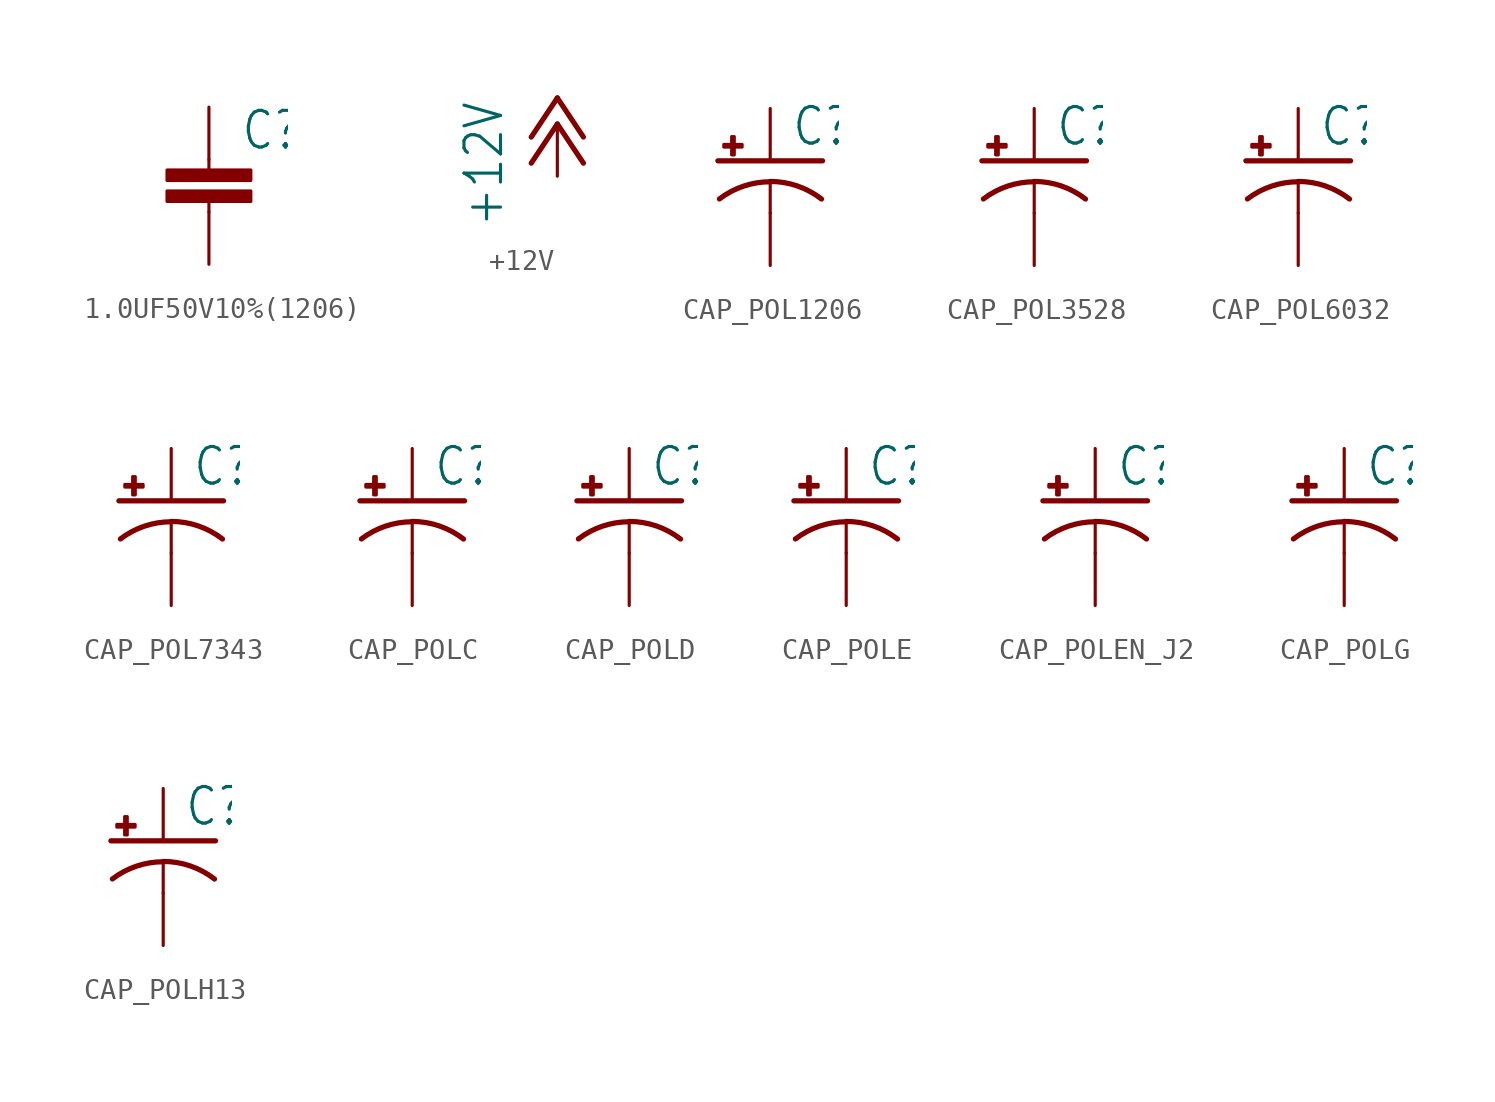
<source format=kicad_sym>
(kicad_symbol_lib
  (version 20220914)
  (generator kicad_symbol_editor)
  (symbol "1.0UF50V10%(1206)"
    (property "Reference" "C"
      (at 1.524 2.921 0)
      (effects (font (size 1.778 1.511)) (justify left bottom)))
    (property "Value" ""
      (at 1.524 -2.159 0)
      (effects (font (size 1.778 1.511)) (justify left bottom)))
    (property "ki_locked" ""
      (at 0 0 0)
      (effects (font (size 1.27 1.27))))
    (symbol "1.0UF50V10%(1206)_1_0"
      (rectangle (start -2.032 0.508) (end 2.032 1.016) (stroke (width 0) (type default)) (fill (type outline)))
      (rectangle (start -2.032 1.524) (end 2.032 2.032) (stroke (width 0) (type default)) (fill (type outline)))
      (polyline (pts (xy 0 0) (xy 0 0.508)) (stroke (width 0.152) (type solid)) (fill (type none)))
      (polyline (pts (xy 0 2.54) (xy 0 2.032)) (stroke (width 0.152) (type solid)) (fill (type none)))
      (pin passive line (at 0 5.08 270) (length 2.54) (name "1" (effects (font (size 0 0)))) (number "1" (effects (font (size 0 0)))))
      (pin passive line (at 0 -2.54 90) (length 2.54) (name "2" (effects (font (size 0 0)))) (number "2" (effects (font (size 0 0)))))))
  (symbol "+12V"
    (power)
    (property "Reference" "#P+"
      (at 0 0 0)
      (effects (font (size 1.27 1.27)) hide))
    (property "Value" "+12V"
      (at -2.54 -5.08 90)
      (effects (font (size 1.778 1.511)) (justify left bottom)))
    (property "ki_locked" ""
      (at 0 0 0)
      (effects (font (size 1.27 1.27))))
    (symbol "+12V_1_0"
      (polyline (pts (xy 0 0) (xy -1.27 -1.905)) (stroke (width 0.254) (type solid)) (fill (type none)))
      (polyline (pts (xy 0 1.27) (xy -1.27 -0.635)) (stroke (width 0.254) (type solid)) (fill (type none)))
      (polyline (pts (xy 1.27 -1.905) (xy 0 0)) (stroke (width 0.254) (type solid)) (fill (type none)))
      (polyline (pts (xy 1.27 -0.635) (xy 0 1.27)) (stroke (width 0.254) (type solid)) (fill (type none)))
      (pin power_in line (at 0 -2.54 90) (length 2.54) (name "+12V" (effects (font (size 0 0)))) (number "1" (effects (font (size 0 0)))))))
  (symbol "CAP_POL1206"
    (property "Reference" "C"
      (at 1.016 0.635 0)
      (effects (font (size 1.778 1.511)) (justify left bottom)))
    (property "Value" ""
      (at 1.016 -4.191 0)
      (effects (font (size 1.778 1.511)) (justify left bottom)))
    (property "ki_locked" ""
      (at 0 0 0)
      (effects (font (size 1.27 1.27))))
    (symbol "CAP_POL1206_1_0"
      (rectangle (start -2.253 0.668) (end -1.364 0.795) (stroke (width 0) (type default)) (fill (type outline)))
      (rectangle (start -1.872 0.287) (end -1.745 1.176) (stroke (width 0) (type default)) (fill (type outline)))
      (arc (start 0 -1.0161) (mid -1.3021 -1.2303) (end -2.4669 -1.8504) (stroke (width 0.254) (type solid)) (fill (type none)))
      (polyline (pts (xy -2.54 0) (xy 2.54 0)) (stroke (width 0.254) (type solid)) (fill (type none)))
      (polyline (pts (xy 0 -1.016) (xy 0 -2.54)) (stroke (width 0.152) (type solid)) (fill (type none)))
      (arc (start 2.4892 -1.8541) (mid 1.3158 -1.2194) (end 0 -1) (stroke (width 0.254) (type solid)) (fill (type none)))
      (pin passive line (at 0 2.54 270) (length 2.54) (name "+" (effects (font (size 0 0)))) (number "A" (effects (font (size 0 0)))))
      (pin passive line (at 0 -5.08 90) (length 2.54) (name "-" (effects (font (size 0 0)))) (number "C" (effects (font (size 0 0)))))))
  (symbol "CAP_POL3528"
    (property "Reference" "C"
      (at 1.016 0.635 0)
      (effects (font (size 1.778 1.511)) (justify left bottom)))
    (property "Value" ""
      (at 1.016 -4.191 0)
      (effects (font (size 1.778 1.511)) (justify left bottom)))
    (property "ki_locked" ""
      (at 0 0 0)
      (effects (font (size 1.27 1.27))))
    (symbol "CAP_POL3528_1_0"
      (rectangle (start -2.253 0.668) (end -1.364 0.795) (stroke (width 0) (type default)) (fill (type outline)))
      (rectangle (start -1.872 0.287) (end -1.745 1.176) (stroke (width 0) (type default)) (fill (type outline)))
      (arc (start 0 -1.0161) (mid -1.3021 -1.2303) (end -2.4669 -1.8504) (stroke (width 0.254) (type solid)) (fill (type none)))
      (polyline (pts (xy -2.54 0) (xy 2.54 0)) (stroke (width 0.254) (type solid)) (fill (type none)))
      (polyline (pts (xy 0 -1.016) (xy 0 -2.54)) (stroke (width 0.152) (type solid)) (fill (type none)))
      (arc (start 2.4892 -1.8541) (mid 1.3158 -1.2194) (end 0 -1) (stroke (width 0.254) (type solid)) (fill (type none)))
      (pin passive line (at 0 2.54 270) (length 2.54) (name "+" (effects (font (size 0 0)))) (number "A" (effects (font (size 0 0)))))
      (pin passive line (at 0 -5.08 90) (length 2.54) (name "-" (effects (font (size 0 0)))) (number "C" (effects (font (size 0 0)))))))
  (symbol "CAP_POL6032"
    (property "Reference" "C"
      (at 1.016 0.635 0)
      (effects (font (size 1.778 1.511)) (justify left bottom)))
    (property "Value" ""
      (at 1.016 -4.191 0)
      (effects (font (size 1.778 1.511)) (justify left bottom)))
    (property "ki_locked" ""
      (at 0 0 0)
      (effects (font (size 1.27 1.27))))
    (symbol "CAP_POL6032_1_0"
      (rectangle (start -2.253 0.668) (end -1.364 0.795) (stroke (width 0) (type default)) (fill (type outline)))
      (rectangle (start -1.872 0.287) (end -1.745 1.176) (stroke (width 0) (type default)) (fill (type outline)))
      (arc (start 0 -1.0161) (mid -1.3021 -1.2303) (end -2.4669 -1.8504) (stroke (width 0.254) (type solid)) (fill (type none)))
      (polyline (pts (xy -2.54 0) (xy 2.54 0)) (stroke (width 0.254) (type solid)) (fill (type none)))
      (polyline (pts (xy 0 -1.016) (xy 0 -2.54)) (stroke (width 0.152) (type solid)) (fill (type none)))
      (arc (start 2.4892 -1.8541) (mid 1.3158 -1.2194) (end 0 -1) (stroke (width 0.254) (type solid)) (fill (type none)))
      (pin passive line (at 0 2.54 270) (length 2.54) (name "+" (effects (font (size 0 0)))) (number "P$1" (effects (font (size 0 0)))))
      (pin passive line (at 0 -5.08 90) (length 2.54) (name "-" (effects (font (size 0 0)))) (number "P$2" (effects (font (size 0 0)))))))
  (symbol "CAP_POL7343"
    (property "Reference" "C"
      (at 1.016 0.635 0)
      (effects (font (size 1.778 1.511)) (justify left bottom)))
    (property "Value" ""
      (at 1.016 -4.191 0)
      (effects (font (size 1.778 1.511)) (justify left bottom)))
    (property "ki_locked" ""
      (at 0 0 0)
      (effects (font (size 1.27 1.27))))
    (symbol "CAP_POL7343_1_0"
      (rectangle (start -2.253 0.668) (end -1.364 0.795) (stroke (width 0) (type default)) (fill (type outline)))
      (rectangle (start -1.872 0.287) (end -1.745 1.176) (stroke (width 0) (type default)) (fill (type outline)))
      (arc (start 0 -1.0161) (mid -1.3021 -1.2303) (end -2.4669 -1.8504) (stroke (width 0.254) (type solid)) (fill (type none)))
      (polyline (pts (xy -2.54 0) (xy 2.54 0)) (stroke (width 0.254) (type solid)) (fill (type none)))
      (polyline (pts (xy 0 -1.016) (xy 0 -2.54)) (stroke (width 0.152) (type solid)) (fill (type none)))
      (arc (start 2.4892 -1.8541) (mid 1.3158 -1.2194) (end 0 -1) (stroke (width 0.254) (type solid)) (fill (type none)))
      (pin passive line (at 0 2.54 270) (length 2.54) (name "+" (effects (font (size 0 0)))) (number "A" (effects (font (size 0 0)))))
      (pin passive line (at 0 -5.08 90) (length 2.54) (name "-" (effects (font (size 0 0)))) (number "C" (effects (font (size 0 0)))))))
  (symbol "CAP_POLC"
    (property "Reference" "C"
      (at 1.016 0.635 0)
      (effects (font (size 1.778 1.511)) (justify left bottom)))
    (property "Value" ""
      (at 1.016 -4.191 0)
      (effects (font (size 1.778 1.511)) (justify left bottom)))
    (property "ki_locked" ""
      (at 0 0 0)
      (effects (font (size 1.27 1.27))))
    (symbol "CAP_POLC_1_0"
      (rectangle (start -2.253 0.668) (end -1.364 0.795) (stroke (width 0) (type default)) (fill (type outline)))
      (rectangle (start -1.872 0.287) (end -1.745 1.176) (stroke (width 0) (type default)) (fill (type outline)))
      (arc (start 0 -1.0161) (mid -1.3021 -1.2303) (end -2.4669 -1.8504) (stroke (width 0.254) (type solid)) (fill (type none)))
      (polyline (pts (xy -2.54 0) (xy 2.54 0)) (stroke (width 0.254) (type solid)) (fill (type none)))
      (polyline (pts (xy 0 -1.016) (xy 0 -2.54)) (stroke (width 0.152) (type solid)) (fill (type none)))
      (arc (start 2.4892 -1.8541) (mid 1.3158 -1.2194) (end 0 -1) (stroke (width 0.254) (type solid)) (fill (type none)))
      (pin passive line (at 0 2.54 270) (length 2.54) (name "+" (effects (font (size 0 0)))) (number "+" (effects (font (size 0 0)))))
      (pin passive line (at 0 -5.08 90) (length 2.54) (name "-" (effects (font (size 0 0)))) (number "-" (effects (font (size 0 0)))))))
  (symbol "CAP_POLD"
    (property "Reference" "C"
      (at 1.016 0.635 0)
      (effects (font (size 1.778 1.511)) (justify left bottom)))
    (property "Value" ""
      (at 1.016 -4.191 0)
      (effects (font (size 1.778 1.511)) (justify left bottom)))
    (property "ki_locked" ""
      (at 0 0 0)
      (effects (font (size 1.27 1.27))))
    (symbol "CAP_POLD_1_0"
      (rectangle (start -2.253 0.668) (end -1.364 0.795) (stroke (width 0) (type default)) (fill (type outline)))
      (rectangle (start -1.872 0.287) (end -1.745 1.176) (stroke (width 0) (type default)) (fill (type outline)))
      (arc (start 0 -1.0161) (mid -1.3021 -1.2303) (end -2.4669 -1.8504) (stroke (width 0.254) (type solid)) (fill (type none)))
      (polyline (pts (xy -2.54 0) (xy 2.54 0)) (stroke (width 0.254) (type solid)) (fill (type none)))
      (polyline (pts (xy 0 -1.016) (xy 0 -2.54)) (stroke (width 0.152) (type solid)) (fill (type none)))
      (arc (start 2.4892 -1.8541) (mid 1.3158 -1.2194) (end 0 -1) (stroke (width 0.254) (type solid)) (fill (type none)))
      (pin passive line (at 0 2.54 270) (length 2.54) (name "+" (effects (font (size 0 0)))) (number "+" (effects (font (size 0 0)))))
      (pin passive line (at 0 -5.08 90) (length 2.54) (name "-" (effects (font (size 0 0)))) (number "-" (effects (font (size 0 0)))))))
  (symbol "CAP_POLE"
    (property "Reference" "C"
      (at 1.016 0.635 0)
      (effects (font (size 1.778 1.511)) (justify left bottom)))
    (property "Value" ""
      (at 1.016 -4.191 0)
      (effects (font (size 1.778 1.511)) (justify left bottom)))
    (property "ki_locked" ""
      (at 0 0 0)
      (effects (font (size 1.27 1.27))))
    (symbol "CAP_POLE_1_0"
      (rectangle (start -2.253 0.668) (end -1.364 0.795) (stroke (width 0) (type default)) (fill (type outline)))
      (rectangle (start -1.872 0.287) (end -1.745 1.176) (stroke (width 0) (type default)) (fill (type outline)))
      (arc (start 0 -1.0161) (mid -1.3021 -1.2303) (end -2.4669 -1.8504) (stroke (width 0.254) (type solid)) (fill (type none)))
      (polyline (pts (xy -2.54 0) (xy 2.54 0)) (stroke (width 0.254) (type solid)) (fill (type none)))
      (polyline (pts (xy 0 -1.016) (xy 0 -2.54)) (stroke (width 0.152) (type solid)) (fill (type none)))
      (arc (start 2.4892 -1.8541) (mid 1.3158 -1.2194) (end 0 -1) (stroke (width 0.254) (type solid)) (fill (type none)))
      (pin passive line (at 0 2.54 270) (length 2.54) (name "+" (effects (font (size 0 0)))) (number "+" (effects (font (size 0 0)))))
      (pin passive line (at 0 -5.08 90) (length 2.54) (name "-" (effects (font (size 0 0)))) (number "-" (effects (font (size 0 0)))))))
  (symbol "CAP_POLEN_J2"
    (property "Reference" "C"
      (at 1.016 0.635 0)
      (effects (font (size 1.778 1.511)) (justify left bottom)))
    (property "Value" ""
      (at 1.016 -4.191 0)
      (effects (font (size 1.778 1.511)) (justify left bottom)))
    (property "ki_locked" ""
      (at 0 0 0)
      (effects (font (size 1.27 1.27))))
    (symbol "CAP_POLEN_J2_1_0"
      (rectangle (start -2.253 0.668) (end -1.364 0.795) (stroke (width 0) (type default)) (fill (type outline)))
      (rectangle (start -1.872 0.287) (end -1.745 1.176) (stroke (width 0) (type default)) (fill (type outline)))
      (arc (start 0 -1.0161) (mid -1.3021 -1.2303) (end -2.4669 -1.8504) (stroke (width 0.254) (type solid)) (fill (type none)))
      (polyline (pts (xy -2.54 0) (xy 2.54 0)) (stroke (width 0.254) (type solid)) (fill (type none)))
      (polyline (pts (xy 0 -1.016) (xy 0 -2.54)) (stroke (width 0.152) (type solid)) (fill (type none)))
      (arc (start 2.4892 -1.8541) (mid 1.3158 -1.2194) (end 0 -1) (stroke (width 0.254) (type solid)) (fill (type none)))
      (pin passive line (at 0 2.54 270) (length 2.54) (name "+" (effects (font (size 0 0)))) (number "+" (effects (font (size 0 0)))))
      (pin passive line (at 0 -5.08 90) (length 2.54) (name "-" (effects (font (size 0 0)))) (number "-" (effects (font (size 0 0)))))))
  (symbol "CAP_POLG"
    (property "Reference" "C"
      (at 1.016 0.635 0)
      (effects (font (size 1.778 1.511)) (justify left bottom)))
    (property "Value" ""
      (at 1.016 -4.191 0)
      (effects (font (size 1.778 1.511)) (justify left bottom)))
    (property "ki_locked" ""
      (at 0 0 0)
      (effects (font (size 1.27 1.27))))
    (symbol "CAP_POLG_1_0"
      (rectangle (start -2.253 0.668) (end -1.364 0.795) (stroke (width 0) (type default)) (fill (type outline)))
      (rectangle (start -1.872 0.287) (end -1.745 1.176) (stroke (width 0) (type default)) (fill (type outline)))
      (arc (start 0 -1.0161) (mid -1.3021 -1.2303) (end -2.4669 -1.8504) (stroke (width 0.254) (type solid)) (fill (type none)))
      (polyline (pts (xy -2.54 0) (xy 2.54 0)) (stroke (width 0.254) (type solid)) (fill (type none)))
      (polyline (pts (xy 0 -1.016) (xy 0 -2.54)) (stroke (width 0.152) (type solid)) (fill (type none)))
      (arc (start 2.4892 -1.8541) (mid 1.3158 -1.2194) (end 0 -1) (stroke (width 0.254) (type solid)) (fill (type none)))
      (pin passive line (at 0 2.54 270) (length 2.54) (name "+" (effects (font (size 0 0)))) (number "+" (effects (font (size 0 0)))))
      (pin passive line (at 0 -5.08 90) (length 2.54) (name "-" (effects (font (size 0 0)))) (number "-" (effects (font (size 0 0)))))))
  (symbol "CAP_POLH13"
    (property "Reference" "C"
      (at 1.016 0.635 0)
      (effects (font (size 1.778 1.511)) (justify left bottom)))
    (property "Value" ""
      (at 1.016 -4.191 0)
      (effects (font (size 1.778 1.511)) (justify left bottom)))
    (property "ki_locked" ""
      (at 0 0 0)
      (effects (font (size 1.27 1.27))))
    (symbol "CAP_POLH13_1_0"
      (rectangle (start -2.253 0.668) (end -1.364 0.795) (stroke (width 0) (type default)) (fill (type outline)))
      (rectangle (start -1.872 0.287) (end -1.745 1.176) (stroke (width 0) (type default)) (fill (type outline)))
      (arc (start 0 -1.0161) (mid -1.3021 -1.2303) (end -2.4669 -1.8504) (stroke (width 0.254) (type solid)) (fill (type none)))
      (polyline (pts (xy -2.54 0) (xy 2.54 0)) (stroke (width 0.254) (type solid)) (fill (type none)))
      (polyline (pts (xy 0 -1.016) (xy 0 -2.54)) (stroke (width 0.152) (type solid)) (fill (type none)))
      (arc (start 2.4892 -1.8541) (mid 1.3158 -1.2194) (end 0 -1) (stroke (width 0.254) (type solid)) (fill (type none)))
      (pin passive line (at 0 2.54 270) (length 2.54) (name "+" (effects (font (size 0 0)))) (number "+" (effects (font (size 0 0)))))
      (pin passive line (at 0 -5.08 90) (length 2.54) (name "-" (effects (font (size 0 0)))) (number "-" (effects (font (size 0 0))))))))
</source>
